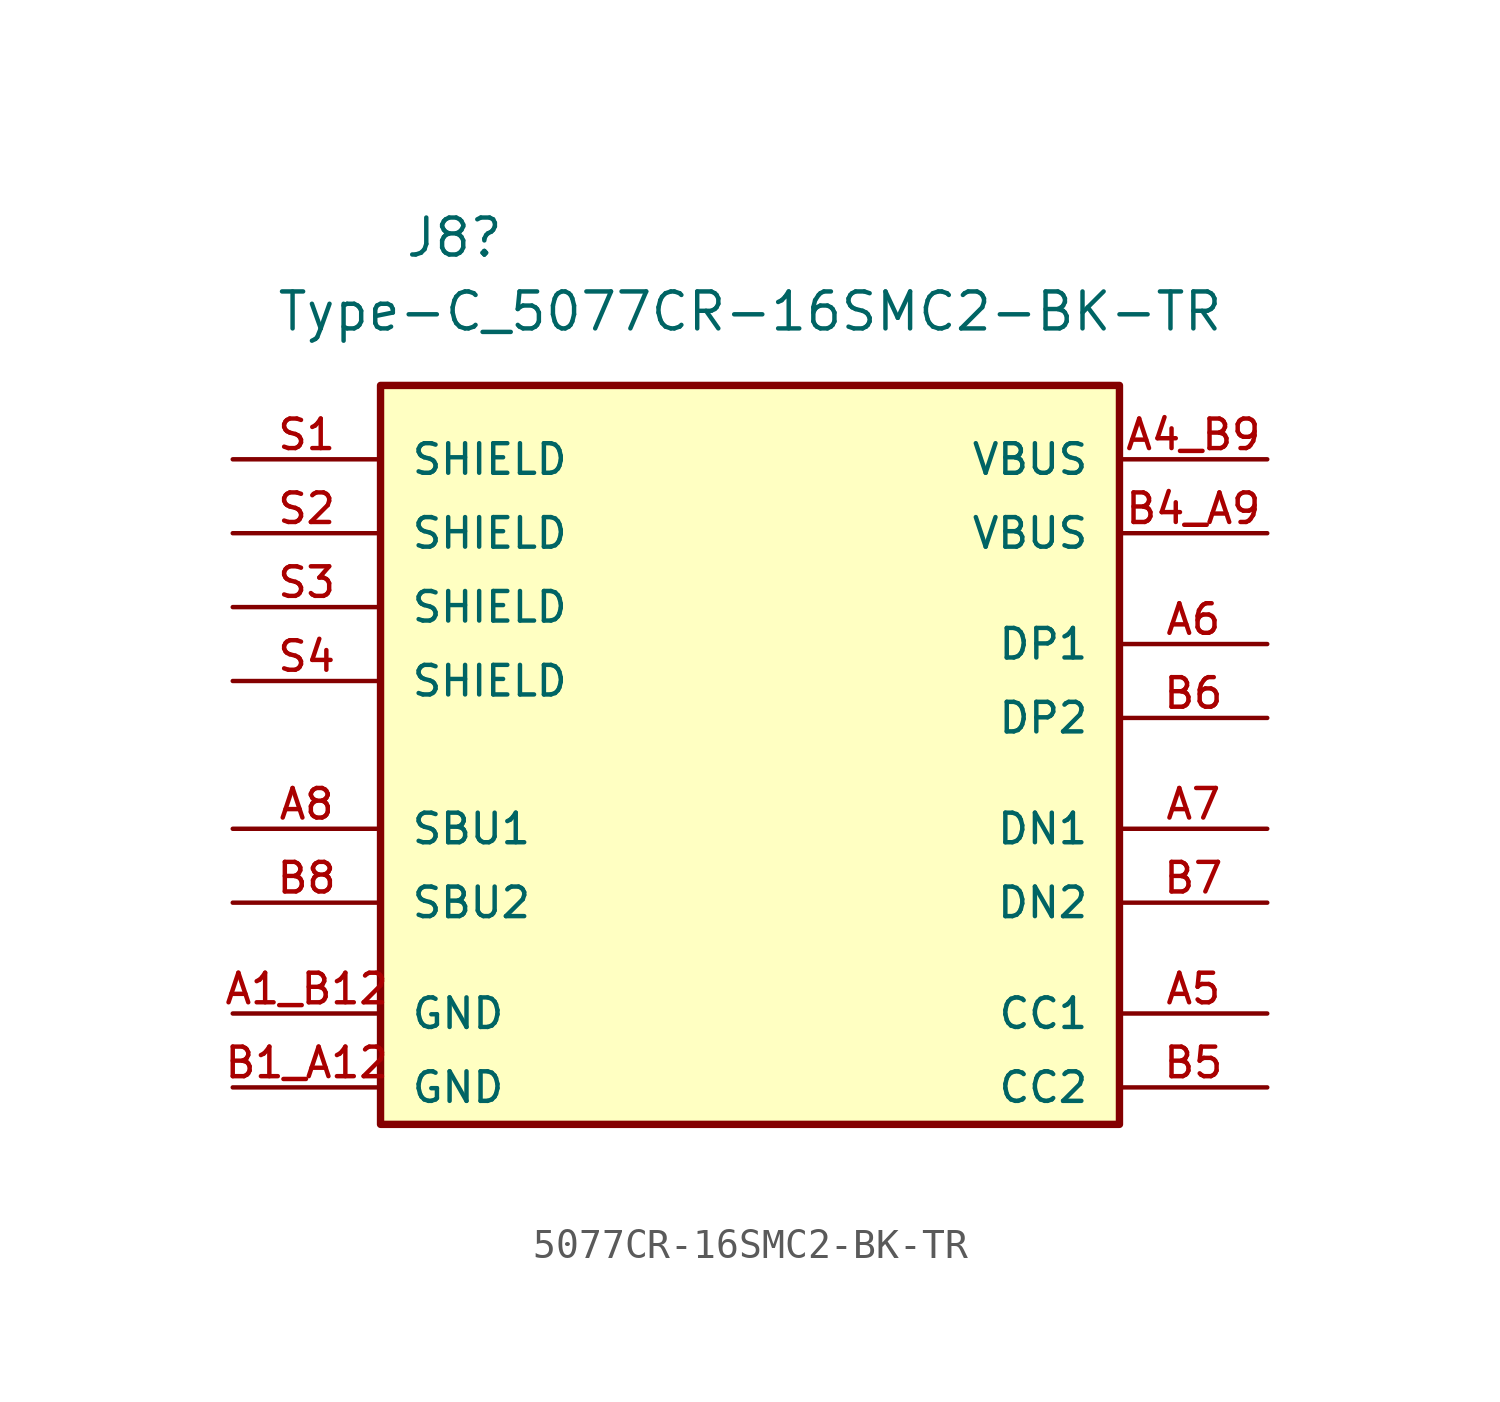
<source format=kicad_sym>
(kicad_symbol_lib
  (version 20220914)
  (generator kicad_symbol_editor)
  (symbol "5077CR-16SMC2-BK-TR"
    (pin_names
      (offset 1.016))
    (property "Reference" "J8"
      (at -10.16 17.78 0)
      (effects (font (size 1.27 1.27))))
    (property "Value" "Type-C_5077CR-16SMC2-BK-TR"
      (at 0 15.24 0)
      (effects (font (size 1.27 1.27))))
    (symbol "5077CR-16SMC2-BK-TR_0_0"
      (rectangle (start -12.7 12.7) (end 12.7 -12.7) (stroke (width 0.254) (type default)) (fill (type background)))
      (pin power_in line (at -17.78 -8.89 0) (length 5.08) (name "GND" (effects (font (size 1.016 1.016)))) (number "A1_B12" (effects (font (size 1.016 1.016)))))
      (pin power_in line (at 17.78 10.16 180) (length 5.08) (name "VBUS" (effects (font (size 1.016 1.016)))) (number "A4_B9" (effects (font (size 1.016 1.016)))))
      (pin passive line (at 17.78 -8.89 180) (length 5.08) (name "CC1" (effects (font (size 1.016 1.016)))) (number "A5" (effects (font (size 1.016 1.016)))))
      (pin passive line (at 17.78 3.81 180) (length 5.08) (name "DP1" (effects (font (size 1.016 1.016)))) (number "A6" (effects (font (size 1.016 1.016)))))
      (pin passive line (at 17.78 -2.54 180) (length 5.08) (name "DN1" (effects (font (size 1.016 1.016)))) (number "A7" (effects (font (size 1.016 1.016)))))
      (pin passive line (at -17.78 -2.54 0) (length 5.08) (name "SBU1" (effects (font (size 1.016 1.016)))) (number "A8" (effects (font (size 1.016 1.016)))))
      (pin power_in line (at -17.78 -11.43 0) (length 5.08) (name "GND" (effects (font (size 1.016 1.016)))) (number "B1_A12" (effects (font (size 1.016 1.016)))))
      (pin power_in line (at 17.78 7.62 180) (length 5.08) (name "VBUS" (effects (font (size 1.016 1.016)))) (number "B4_A9" (effects (font (size 1.016 1.016)))))
      (pin passive line (at 17.78 -11.43 180) (length 5.08) (name "CC2" (effects (font (size 1.016 1.016)))) (number "B5" (effects (font (size 1.016 1.016)))))
      (pin passive line (at 17.78 1.27 180) (length 5.08) (name "DP2" (effects (font (size 1.016 1.016)))) (number "B6" (effects (font (size 1.016 1.016)))))
      (pin passive line (at 17.78 -5.08 180) (length 5.08) (name "DN2" (effects (font (size 1.016 1.016)))) (number "B7" (effects (font (size 1.016 1.016)))))
      (pin passive line (at -17.78 -5.08 0) (length 5.08) (name "SBU2" (effects (font (size 1.016 1.016)))) (number "B8" (effects (font (size 1.016 1.016)))))
      (pin passive line (at -17.78 10.16 0) (length 5.08) (name "SHIELD" (effects (font (size 1.016 1.016)))) (number "S1" (effects (font (size 1.016 1.016)))))
      (pin passive line (at -17.78 7.62 0) (length 5.08) (name "SHIELD" (effects (font (size 1.016 1.016)))) (number "S2" (effects (font (size 1.016 1.016)))))
      (pin passive line (at -17.78 5.08 0) (length 5.08) (name "SHIELD" (effects (font (size 1.016 1.016)))) (number "S3" (effects (font (size 1.016 1.016)))))
      (pin passive line (at -17.78 2.54 0) (length 5.08) (name "SHIELD" (effects (font (size 1.016 1.016)))) (number "S4" (effects (font (size 1.016 1.016))))))))
</source>
